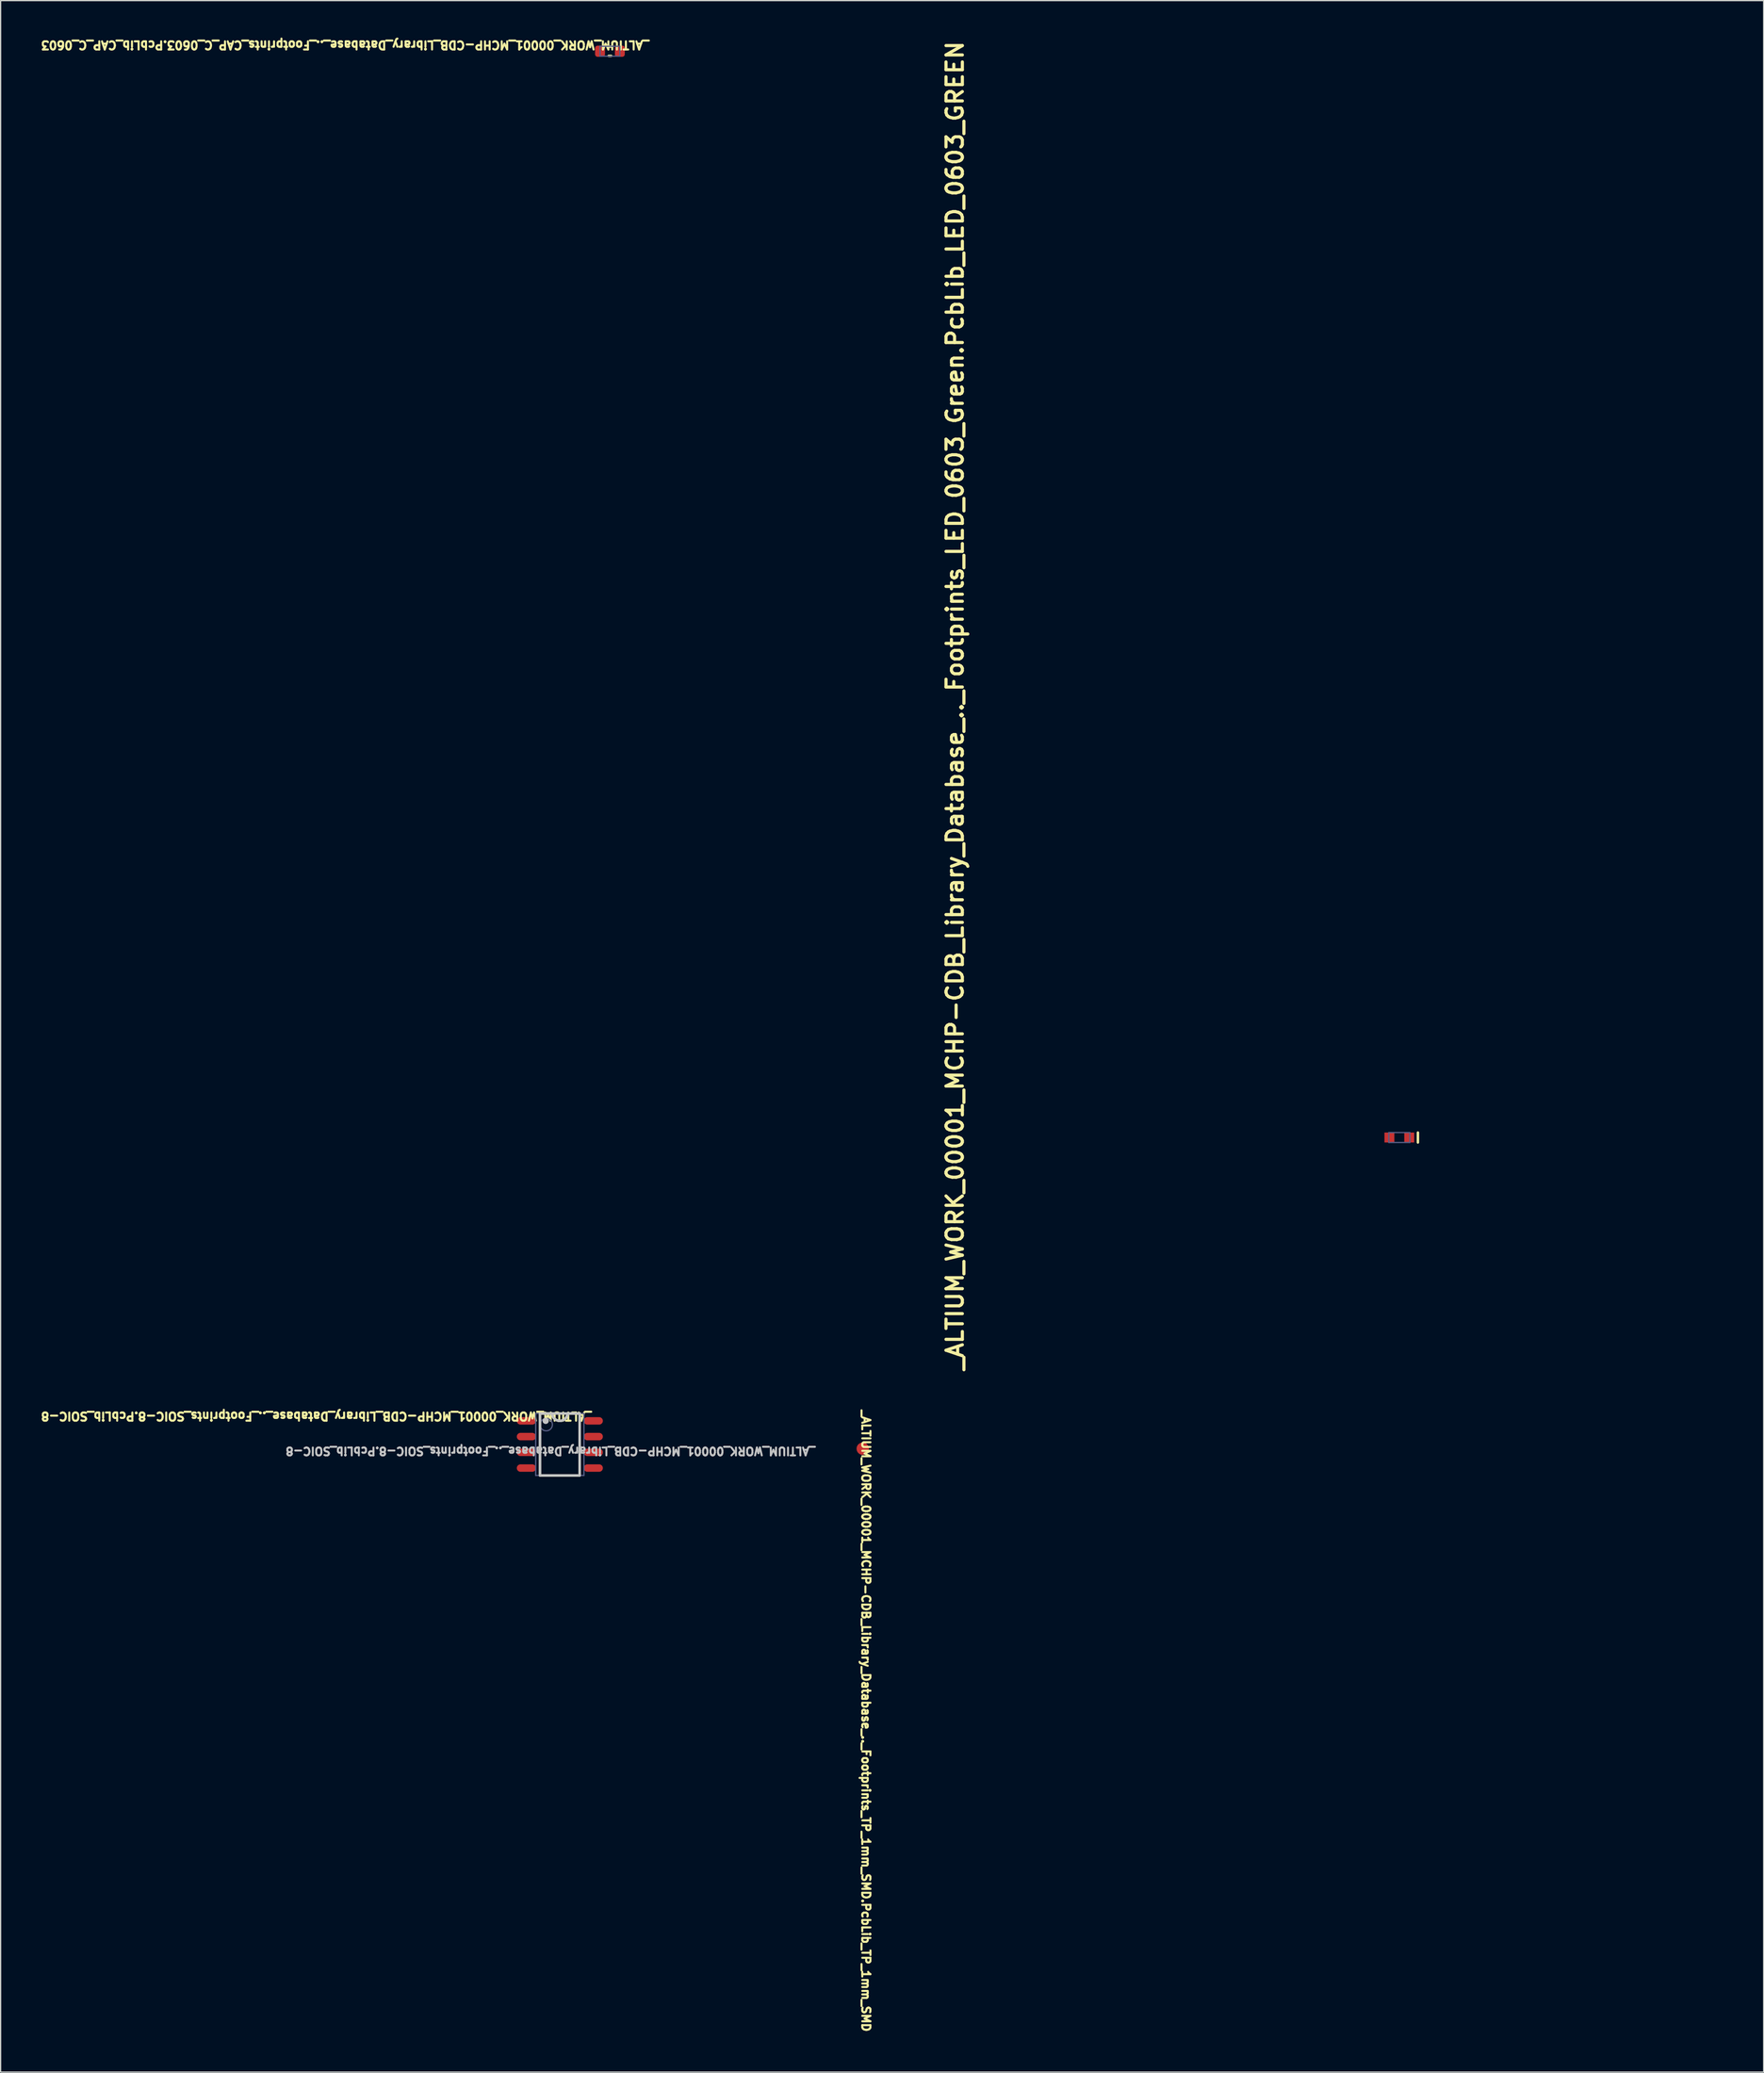
<source format=kicad_pcb>
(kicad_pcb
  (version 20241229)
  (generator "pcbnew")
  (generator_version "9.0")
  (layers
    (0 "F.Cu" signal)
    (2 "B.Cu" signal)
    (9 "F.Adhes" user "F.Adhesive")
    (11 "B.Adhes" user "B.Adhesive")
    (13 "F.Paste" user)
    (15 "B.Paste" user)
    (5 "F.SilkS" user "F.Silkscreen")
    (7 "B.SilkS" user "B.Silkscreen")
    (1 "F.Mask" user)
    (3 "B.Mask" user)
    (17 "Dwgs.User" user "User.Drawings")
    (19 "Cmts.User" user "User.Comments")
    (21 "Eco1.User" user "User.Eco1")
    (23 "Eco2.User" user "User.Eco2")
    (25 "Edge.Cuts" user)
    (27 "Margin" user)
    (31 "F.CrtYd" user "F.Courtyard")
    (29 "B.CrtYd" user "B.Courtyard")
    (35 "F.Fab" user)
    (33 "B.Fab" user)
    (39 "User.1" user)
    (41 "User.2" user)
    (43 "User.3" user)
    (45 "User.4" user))
  (footprint "_ALTIUM_WORK_00001_MCHP-CDB_Library_Database_.._Footprints_SOIC-8.PcbLib_SOIC-8"
    (layer "F.Cu")
    (at 42.157 113.535)
    (property "Reference" "_ALTIUM_WORK_00001_MCHP-CDB_Library_Database_.._Footprints_SOIC-8.PcbLib_SOIC-8" (at 2.642 -2.667 180) (unlocked yes) (layer "F.SilkS") (effects (font (size 0.66 0.66) (thickness 0.254) (bold yes)) (justify left bottom)))
    (fp_line (start -1.6 -2.5) (end -1.6 2.5) (stroke (width 0.203) (type solid)) (layer "F.SilkS"))
    (fp_line (start -0.634 -2.5) (end -1.6 -2.5) (stroke (width 0.203) (type solid)) (layer "F.SilkS"))
    (fp_line (start 1.6 -2.5) (end 0.634 -2.5) (stroke (width 0.203) (type solid)) (layer "F.SilkS"))
    (fp_line (start 1.6 -2.5) (end 1.6 2.5) (stroke (width 0.203) (type solid)) (layer "F.SilkS"))
    (fp_line (start 1.6 2.5) (end -1.6 2.5) (stroke (width 0.203) (type solid)) (layer "F.SilkS"))
    (fp_arc (start 0.633744 -2.500079) (mid 0 -1.905) (end -0.633744 -2.500079) (stroke (width 0.2032) (type solid)) (layer "F.SilkS"))
    (fp_line (start -1.6 -2.5) (end -1.6 2.5) (stroke (width 0.203) (type solid)) (layer "Dwgs.User"))
    (fp_line (start -0.634 -2.5) (end -1.6 -2.5) (stroke (width 0.203) (type solid)) (layer "Dwgs.User"))
    (fp_line (start 0.634 -2.5) (end -0.635 -2.5) (stroke (width 0.203) (type solid)) (layer "Dwgs.User"))
    (fp_line (start 1.6 -2.5) (end 0.634 -2.5) (stroke (width 0.203) (type solid)) (layer "Dwgs.User"))
    (fp_line (start 1.6 -2.5) (end 1.6 2.5) (stroke (width 0.203) (type solid)) (layer "Dwgs.User"))
    (fp_line (start 1.6 2.5) (end -1.6 2.5) (stroke (width 0.203) (type solid)) (layer "Dwgs.User"))
    (fp_arc (start 0.633744 -2.500079) (mid 0 -1.905) (end -0.633744 -2.500079) (stroke (width 0.2032) (type solid)) (layer "Dwgs.User"))
    (fp_circle (center -1.143 -1.905) (end -1.27 -1.905) (stroke (width 0.254) (type solid)) (fill no) (layer "Dwgs.User"))
    (fp_line (start -3.7 -2.7) (end -3.7 2.7) (stroke (width 0.1) (type solid)) (layer "Eco1.User"))
    (fp_line (start 0 -0.5) (end 0 0.5) (stroke (width 0.1) (type solid)) (layer "Eco1.User"))
    (fp_line (start 0.5 0) (end -0.5 0) (stroke (width 0.1) (type solid)) (layer "Eco1.User"))
    (fp_line (start 3.7 -2.7) (end -3.7 -2.7) (stroke (width 0.1) (type solid)) (layer "Eco1.User"))
    (fp_line (start 3.7 -2.7) (end 3.7 2.7) (stroke (width 0.1) (type solid)) (layer "Eco1.User"))
    (fp_line (start 3.7 2.7) (end -3.7 2.7) (stroke (width 0.1) (type solid)) (layer "Eco1.User"))
    (fp_line (start -1.95 -2.5) (end -1.95 2.5) (stroke (width 0.1) (type solid)) (layer "B.Fab"))
    (fp_line (start 1.95 -2.5) (end -1.95 -2.5) (stroke (width 0.1) (type solid)) (layer "B.Fab"))
    (fp_line (start 1.95 -2.5) (end 1.95 2.5) (stroke (width 0.1) (type solid)) (layer "B.Fab"))
    (fp_line (start 1.95 2.5) (end -1.95 2.5) (stroke (width 0.1) (type solid)) (layer "B.Fab"))
    (fp_circle (center -1.1 -1.6) (end -1.6 -1.6) (stroke (width 0.1) (type solid)) (fill no) (layer "B.Fab"))
    (fp_text user "${REFERENCE}" (at -0.762 0.533 180) (unlocked yes) (layer "Dwgs.User") (effects (font (size 0.635 0.635) (thickness 0.2) (bold yes))))
    (pad "1" smd oval (at -2.7 -1.905 270) (size 0.6 1.55) (layers "F.Cu" "F.Mask" "F.Paste"))
    (pad "2" smd oval (at -2.7 -0.635 270) (size 0.6 1.55) (layers "F.Cu" "F.Mask" "F.Paste"))
    (pad "3" smd oval (at -2.7 0.635 270) (size 0.6 1.55) (layers "F.Cu" "F.Mask" "F.Paste"))
    (pad "4" smd oval (at -2.7 1.905 270) (size 0.6 1.55) (layers "F.Cu" "F.Mask" "F.Paste"))
    (pad "5" smd oval (at 2.7 1.905 270) (size 0.6 1.55) (layers "F.Cu" "F.Mask" "F.Paste"))
    (pad "6" smd oval (at 2.7 0.635 270) (size 0.6 1.55) (layers "F.Cu" "F.Mask" "F.Paste"))
    (pad "7" smd oval (at 2.7 -0.635 270) (size 0.6 1.55) (layers "F.Cu" "F.Mask" "F.Paste"))
    (pad "8" smd oval (at 2.7 -1.905 270) (size 0.6 1.55) (layers "F.Cu" "F.Mask" "F.Paste")))
  (footprint "_ALTIUM_WORK_00001_MCHP-CDB_Library_Database_.._Footprints_TP_1mm_SMD.PcbLib_TP_1mm_SMD"
    (layer "F.Cu")
    (at 66.618 113.877)
    (property "Reference" "_ALTIUM_WORK_00001_MCHP-CDB_Library_Database_.._Footprints_TP_1mm_SMD.PcbLib_TP_1mm_SMD" (at -0.128 -3.206 270) (unlocked yes) (layer "F.SilkS") (effects (font (size 0.66 0.66) (thickness 0.2) (bold yes)) (justify left bottom)))
    (fp_line (start 0 -0.5) (end 0 0.5) (stroke (width 0.1) (type solid)) (layer "Eco1.User"))
    (fp_line (start 0.5 0) (end -0.5 0) (stroke (width 0.1) (type solid)) (layer "Eco1.User"))
    (fp_circle (center 0 0) (end 0 0.635) (stroke (width 0.1) (type solid)) (fill no) (layer "Eco1.User"))
    (fp_circle (center 0 0) (end 0 0.5) (stroke (width 0.1) (type solid)) (fill no) (layer "Eco2.User"))
    (pad "1" smd circle (at 0 0 90) (size 1 1) (layers "F.Cu" "F.Mask" "F.Paste")))
  (footprint "_ALTIUM_WORK_00001_MCHP-CDB_Library_Database_.._Footprints_CAP_C_0603.PcbLib_CAP_C_0603"
    (layer "F.Cu")
    (at 46.202 1.085)
    (property "Reference" "_ALTIUM_WORK_00001_MCHP-CDB_Library_Database_.._Footprints_CAP_C_0603.PcbLib_CAP_C_0603" (at 3.251 -0.889 180) (unlocked yes) (layer "F.SilkS") (effects (font (size 0.66 0.66) (thickness 0.254) (bold yes)) (justify left bottom)))
    (fp_line (start 0.1 -0.375) (end -0.1 -0.375) (stroke (width 0.2) (type solid)) (layer "F.SilkS"))
    (fp_line (start 0.1 0.375) (end -0.1 0.375) (stroke (width 0.2) (type solid)) (layer "F.SilkS"))
    (fp_line (start -1.4 0.65) (end -1.4 -0.65) (stroke (width 0.1) (type solid)) (layer "Eco1.User"))
    (fp_line (start -0.2 -0.21) (end -0.1 -0.31) (stroke (width 0.1) (type solid)) (layer "Eco1.User"))
    (fp_line (start -0.2 0.19) (end -0.2 -0.21) (stroke (width 0.1) (type solid)) (layer "Eco1.User"))
    (fp_line (start -0.1 0.29) (end -0.2 0.19) (stroke (width 0.1) (type solid)) (layer "Eco1.User"))
    (fp_line (start 0.1 -0.31) (end -0.1 -0.31) (stroke (width 0.1) (type solid)) (layer "Eco1.User"))
    (fp_line (start 0.1 0.29) (end -0.1 0.29) (stroke (width 0.1) (type solid)) (layer "Eco1.User"))
    (fp_line (start 0.1 0.29) (end 0.2 0.19) (stroke (width 0.1) (type solid)) (layer "Eco1.User"))
    (fp_line (start 0.2 -0.21) (end 0.1 -0.31) (stroke (width 0.1) (type solid)) (layer "Eco1.User"))
    (fp_line (start 1.4 -0.65) (end -1.4 -0.65) (stroke (width 0.1) (type solid)) (layer "Eco1.User"))
    (fp_line (start 1.4 0.65) (end -1.4 0.65) (stroke (width 0.1) (type solid)) (layer "Eco1.User"))
    (fp_line (start 1.4 0.65) (end 1.4 -0.65) (stroke (width 0.1) (type solid)) (layer "Eco1.User"))
    (fp_line (start -0.8 0.4) (end -0.8 -0.4) (stroke (width 0.1) (type solid)) (layer "Eco2.User"))
    (fp_line (start 0.8 -0.4) (end -0.8 -0.4) (stroke (width 0.1) (type solid)) (layer "Eco2.User"))
    (fp_line (start 0.8 0.4) (end -0.8 0.4) (stroke (width 0.1) (type solid)) (layer "Eco2.User"))
    (fp_line (start 0.8 0.4) (end 0.8 -0.4) (stroke (width 0.1) (type solid)) (layer "Eco2.User"))
    (fp_line (start -0.8 0.4) (end -0.8 -0.4) (stroke (width 0.1) (type solid)) (layer "B.Fab"))
    (fp_line (start 0.8 -0.4) (end -0.8 -0.4) (stroke (width 0.1) (type solid)) (layer "B.Fab"))
    (fp_line (start 0.8 0.4) (end -0.8 0.4) (stroke (width 0.1) (type solid)) (layer "B.Fab"))
    (fp_line (start 0.8 0.4) (end 0.8 -0.4) (stroke (width 0.1) (type solid)) (layer "B.Fab"))
    (fp_text user "${REFERENCE}" (at -0.076 -0.406 180) (unlocked yes) (layer "Eco2.User") (effects (font (size 0.635 0.635) (thickness 0.06) (bold yes))))
    (pad "1" smd roundrect (at -0.8 0 90) (size 0.9 0.8) (layers "F.Cu" "F.Mask" "F.Paste") (roundrect_rratio 0.25))
    (pad "2" smd roundrect (at 0.8 0 90) (size 0.9 0.8) (layers "F.Cu" "F.Mask" "F.Paste") (roundrect_rratio 0.25)))
  (footprint "_ALTIUM_WORK_00001_MCHP-CDB_Library_Database_.._Footprints_LED_0603_Green.PcbLib_LED_0603_GREEN"
    (layer "F.Cu")
    (at 109.946 88.761)
    (property "Reference" "_ALTIUM_WORK_00001_MCHP-CDB_Library_Database_.._Footprints_LED_0603_Green.PcbLib_LED_0603_GREEN" (at -35.111 18.91 90) (unlocked yes) (layer "F.SilkS") (effects (font (size 1.321 1.321) (thickness 0.254)) (justify left bottom)))
    (fp_line (start 1.5 0.4) (end 1.5 -0.4) (stroke (width 0.2) (type solid)) (layer "F.SilkS"))
    (fp_line (start -1.55 0.725) (end -1.55 -0.725) (stroke (width 0.1) (type solid)) (layer "Eco1.User"))
    (fp_line (start 0.000003 0.4) (end 0.000003 -0.4) (stroke (width 0.1) (type solid)) (layer "Eco1.User"))
    (fp_line (start 0.4 0) (end -0.4 0) (stroke (width 0.1) (type solid)) (layer "Eco1.User"))
    (fp_line (start 1.7 -0.725) (end -1.55 -0.725) (stroke (width 0.1) (type solid)) (layer "Eco1.User"))
    (fp_line (start 1.7 0.725) (end -1.55 0.725) (stroke (width 0.1) (type solid)) (layer "Eco1.User"))
    (fp_line (start 1.7 0.725) (end 1.7 -0.725) (stroke (width 0.1) (type solid)) (layer "Eco1.User"))
    (fp_line (start -1.4 0.6) (end -1.4 -0.6) (stroke (width 0.1) (type solid)) (layer "Eco2.User"))
    (fp_line (start 1.5 0.6) (end 1.5 -0.6) (stroke (width 0.1) (type solid)) (layer "Eco2.User"))
    (fp_line (start 1.6 -0.6) (end -1.4 -0.6) (stroke (width 0.1) (type solid)) (layer "Eco2.User"))
    (fp_line (start 1.6 0.6) (end -1.4 0.6) (stroke (width 0.1) (type solid)) (layer "Eco2.User"))
    (fp_line (start 1.6 0.6) (end 1.6 -0.6) (stroke (width 0.1) (type solid)) (layer "Eco2.User"))
    (fp_line (start -0.85 0.4) (end -0.85 -0.4) (stroke (width 0.1) (type solid)) (layer "B.Fab"))
    (fp_line (start 0.85 -0.4) (end -0.85 -0.4) (stroke (width 0.1) (type solid)) (layer "B.Fab"))
    (fp_line (start 0.85 0.4) (end -0.85 0.4) (stroke (width 0.1) (type solid)) (layer "B.Fab"))
    (fp_line (start 0.85 0.4) (end 0.85 -0.4) (stroke (width 0.1) (type solid)) (layer "B.Fab"))
    (fp_text user "${REFERENCE}" (at 0.495 -0.406 180) (unlocked yes) (layer "Eco2.User") (effects (font (size 0.635 0.635) (thickness 0.15) (bold yes))))
    (pad "1" smd rect (at -0.8 0) (size 0.8 0.8) (layers "F.Cu" "F.Mask" "F.Paste"))
    (pad "2" smd rect (at 0.8 0) (size 0.8 0.8) (layers "F.Cu" "F.Mask" "F.Paste")))
  (gr_rect
    (start -3 -3)
    (end 139.366 164.194)
    (stroke (width 0.1) (type default))
    (fill no)
    (layer "Edge.Cuts")))
</source>
